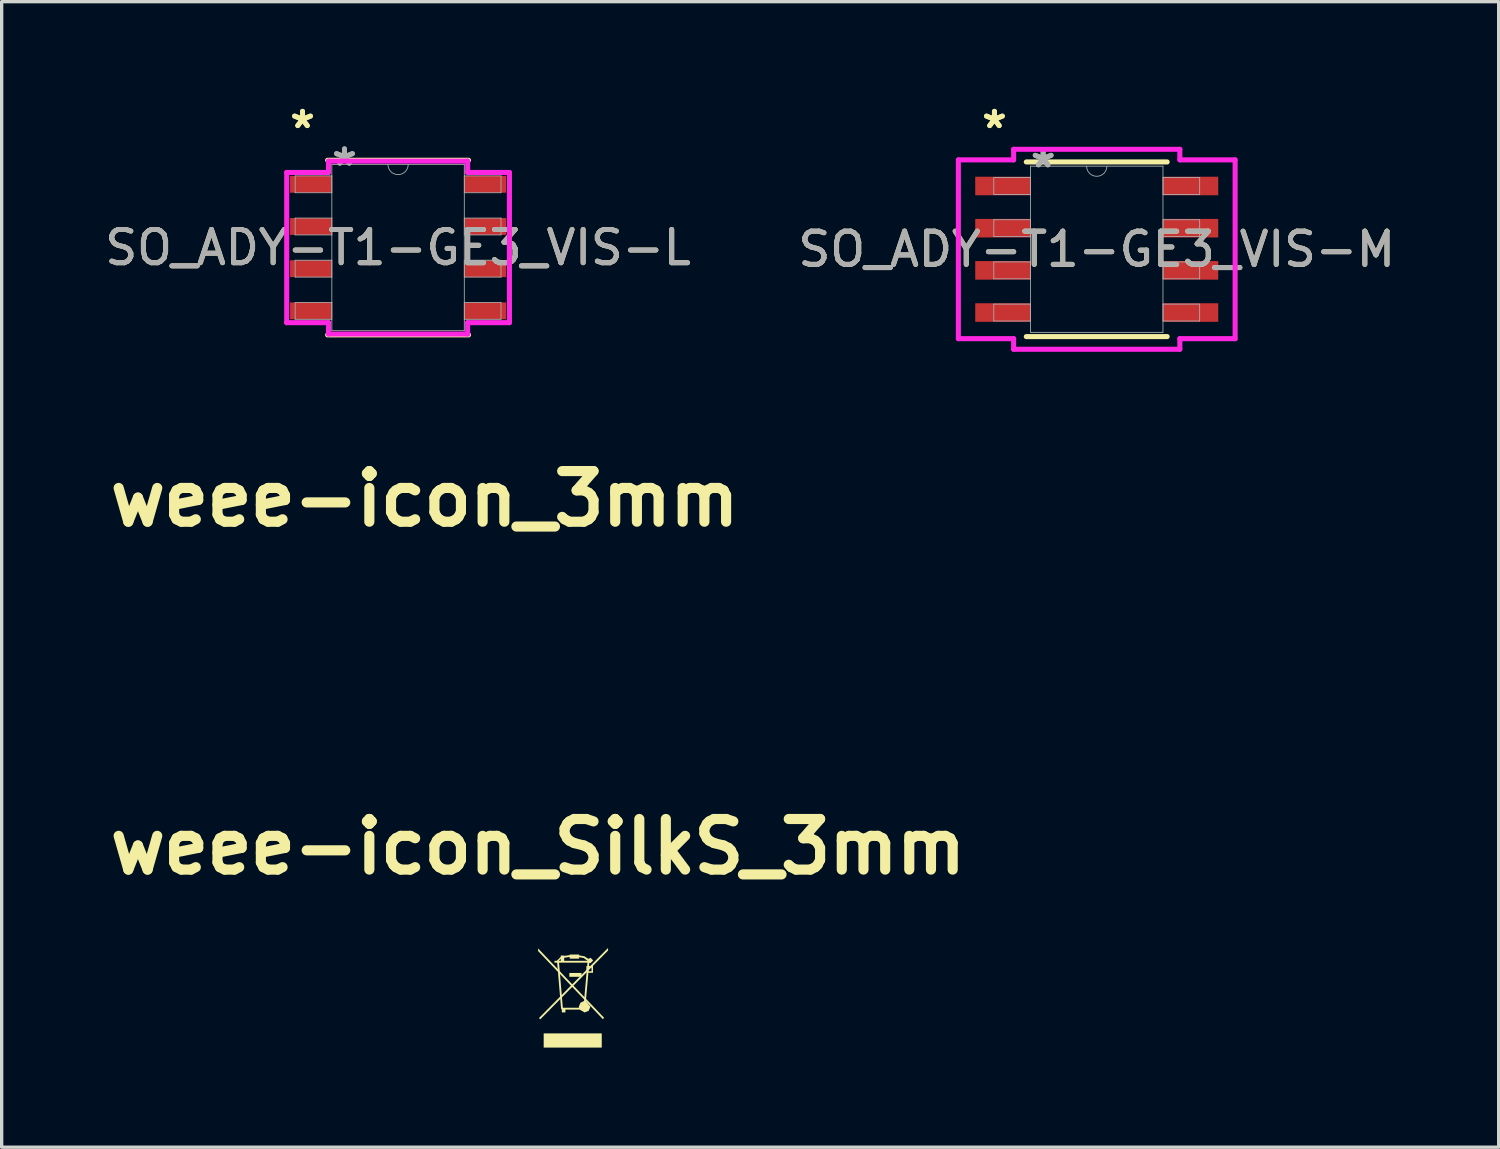
<source format=kicad_pcb>
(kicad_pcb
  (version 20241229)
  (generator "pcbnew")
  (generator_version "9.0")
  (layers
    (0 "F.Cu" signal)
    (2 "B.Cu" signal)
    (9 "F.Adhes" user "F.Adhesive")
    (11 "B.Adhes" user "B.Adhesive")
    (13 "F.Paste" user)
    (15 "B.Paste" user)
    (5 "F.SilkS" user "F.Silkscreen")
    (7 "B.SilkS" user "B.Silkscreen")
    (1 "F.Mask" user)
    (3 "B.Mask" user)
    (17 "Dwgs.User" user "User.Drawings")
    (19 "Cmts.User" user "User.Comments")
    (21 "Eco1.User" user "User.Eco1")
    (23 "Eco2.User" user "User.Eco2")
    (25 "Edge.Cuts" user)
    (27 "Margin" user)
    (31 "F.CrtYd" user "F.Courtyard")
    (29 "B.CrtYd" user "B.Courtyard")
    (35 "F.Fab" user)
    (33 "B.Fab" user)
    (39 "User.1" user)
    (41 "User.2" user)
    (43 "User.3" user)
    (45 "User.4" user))
  (footprint "weee-icon_SilkS_3mm"
    (layer "F.Cu")
    (at 13.15 25.49)
    (property "Reference" "weee-icon_SilkS_3mm" (at 0 -3.048 0) (layer "F.SilkS") (effects (font (size 1.524 1.524) (thickness 0.305))))
    (attr exclude_from_pos_files exclude_from_bom)
    (fp_poly (pts (xy 0.169 2.573) (xy 1.917 2.573) (xy 1.917 3) (xy 0.169 3) (xy 0.169 2.573)) (stroke (width 0) (type solid)) (fill yes) (layer "F.SilkS"))
    (fp_poly (pts (xy 0.941 0.753) (xy 1.309 0.753) (xy 1.309 0.869) (xy 0.941 0.869) (xy 0.941 0.753)) (stroke (width 0) (type solid)) (fill yes) (layer "F.SilkS"))
    (fp_poly (pts (xy 1.402 1.71) (xy 1.461 1.769) (xy 1.402 1.829) (xy 1.342 1.769) (xy 1.402 1.71)) (stroke (width 0) (type solid)) (fill yes) (layer "F.SilkS"))
    (fp_poly (pts (xy 2.107 0) (xy 1.028 1.095) (xy 0 0.014) (xy 0 0.094) (xy 0.99 1.134) (xy 0.026 2.112) (xy 0.066 2.15) (xy 1.028 1.174) (xy 1.95 2.143) (xy 1.989 2.105) (xy 1.066 1.135) (xy 2.107 0.078) (xy 2.107 0)) (stroke (width 0) (type solid)) (fill yes) (layer "F.SilkS"))
    (fp_poly (pts (xy 0.824 1.856) (xy 0.824 1.941) (xy 0.745 1.941) (xy 0.745 1.801) (xy 1.231 1.801) (xy 1.228 1.769) (xy 1.273 1.653) (xy 1.384 1.596) (xy 1.46 0.748) (xy 1.454 0.748) (xy 1.454 0.545) (xy 1.478 0.545) (xy 1.487 0.443) (xy 0.786 0.443) (xy 0.786 0.388) (xy 1.49 0.388) (xy 1.375 0.303) (xy 1.236 0.279) (xy 1.236 0.324) (xy 1.191 0.324) (xy 1.191 0.279) (xy 0.996 0.279) (xy 0.996 0.244) (xy 1.191 0.244) (xy 1.191 0.279) (xy 1.191 0.324) (xy 0.951 0.324) (xy 0.951 0.272) (xy 0.786 0.296) (xy 0.786 0.388) (xy 0.786 0.443) (xy 0.683 0.443) (xy 0.683 0.388) (xy 0.683 0.329) (xy 0.62 0.388) (xy 0.683 0.388) (xy 0.683 0.443) (xy 0.631 0.443) (xy 0.745 1.801) (xy 0.745 1.941) (xy 0.715 1.941) (xy 0.715 1.855) (xy 0.693 1.83) (xy 0.575 0.443) (xy 0.493 0.443) (xy 0.493 0.388) (xy 0.563 0.388) (xy 0.683 0.269) (xy 0.683 0.229) (xy 0.786 0.229) (xy 0.786 0.239) (xy 0.951 0.217) (xy 0.951 0.199) (xy 1.236 0.199) (xy 1.236 0.224) (xy 1.394 0.251) (xy 1.514 0.329) (xy 1.579 0.296) (xy 1.659 0.376) (xy 1.579 0.457) (xy 1.542 0.448) (xy 1.533 0.545) (xy 1.654 0.545) (xy 1.654 0.748) (xy 1.519 0.748) (xy 1.519 0.703) (xy 1.609 0.703) (xy 1.609 0.591) (xy 1.529 0.591) (xy 1.519 0.703) (xy 1.519 0.748) (xy 1.515 0.748) (xy 1.439 1.6) (xy 1.576 1.769) (xy 1.525 1.892) (xy 1.402 1.943) (xy 1.402 1.862) (xy 1.309 1.769) (xy 1.402 1.677) (xy 1.494 1.769) (xy 1.402 1.862) (xy 1.402 1.943) (xy 1.251 1.856) (xy 0.824 1.856)) (stroke (width 0) (type solid)) (fill yes) (layer "F.SilkS")))
  (footprint "weee-icon_3mm"
    (layer "F.Cu")
    (at 9.739 15.016)
    (property "Reference" "weee-icon_3mm" (at 0 -3.048 0) (layer "F.SilkS") (effects (font (size 1.524 1.524) (thickness 0.305))))
    (attr exclude_from_pos_files exclude_from_bom)
    (fp_poly (pts (xy 0.169 2.573) (xy 1.917 2.573) (xy 1.917 3) (xy 0.169 3) (xy 0.169 2.573)) (stroke (width 0) (type solid)) (fill yes) (layer "F.Mask"))
    (fp_poly (pts (xy 0.941 0.753) (xy 1.309 0.753) (xy 1.309 0.869) (xy 0.941 0.869) (xy 0.941 0.753)) (stroke (width 0) (type solid)) (fill yes) (layer "F.Mask"))
    (fp_poly (pts (xy 1.402 1.71) (xy 1.461 1.769) (xy 1.402 1.829) (xy 1.342 1.769) (xy 1.402 1.71)) (stroke (width 0) (type solid)) (fill yes) (layer "F.Mask"))
    (fp_poly (pts (xy 2.107 0) (xy 1.028 1.095) (xy 0 0.014) (xy 0 0.094) (xy 0.99 1.134) (xy 0.026 2.112) (xy 0.066 2.15) (xy 1.028 1.174) (xy 1.95 2.143) (xy 1.989 2.105) (xy 1.066 1.135) (xy 2.107 0.078) (xy 2.107 0)) (stroke (width 0) (type solid)) (fill yes) (layer "F.Mask"))
    (fp_poly (pts (xy 0.824 1.856) (xy 0.824 1.941) (xy 0.745 1.941) (xy 0.745 1.801) (xy 1.231 1.801) (xy 1.228 1.769) (xy 1.273 1.653) (xy 1.384 1.596) (xy 1.46 0.748) (xy 1.454 0.748) (xy 1.454 0.545) (xy 1.478 0.545) (xy 1.487 0.443) (xy 0.786 0.443) (xy 0.786 0.388) (xy 1.49 0.388) (xy 1.375 0.303) (xy 1.236 0.279) (xy 1.236 0.324) (xy 1.191 0.324) (xy 1.191 0.279) (xy 0.996 0.279) (xy 0.996 0.244) (xy 1.191 0.244) (xy 1.191 0.279) (xy 1.191 0.324) (xy 0.951 0.324) (xy 0.951 0.272) (xy 0.786 0.296) (xy 0.786 0.388) (xy 0.786 0.443) (xy 0.683 0.443) (xy 0.683 0.388) (xy 0.683 0.329) (xy 0.62 0.388) (xy 0.683 0.388) (xy 0.683 0.443) (xy 0.631 0.443) (xy 0.745 1.801) (xy 0.745 1.941) (xy 0.715 1.941) (xy 0.715 1.855) (xy 0.693 1.83) (xy 0.575 0.443) (xy 0.493 0.443) (xy 0.493 0.388) (xy 0.563 0.388) (xy 0.683 0.269) (xy 0.683 0.229) (xy 0.786 0.229) (xy 0.786 0.239) (xy 0.951 0.217) (xy 0.951 0.199) (xy 1.236 0.199) (xy 1.236 0.224) (xy 1.394 0.251) (xy 1.514 0.329) (xy 1.579 0.296) (xy 1.659 0.376) (xy 1.579 0.457) (xy 1.542 0.448) (xy 1.533 0.545) (xy 1.654 0.545) (xy 1.654 0.748) (xy 1.519 0.748) (xy 1.519 0.703) (xy 1.609 0.703) (xy 1.609 0.591) (xy 1.529 0.591) (xy 1.519 0.703) (xy 1.519 0.748) (xy 1.515 0.748) (xy 1.439 1.6) (xy 1.576 1.769) (xy 1.525 1.892) (xy 1.402 1.943) (xy 1.402 1.862) (xy 1.309 1.769) (xy 1.402 1.677) (xy 1.494 1.769) (xy 1.402 1.862) (xy 1.402 1.943) (xy 1.251 1.856) (xy 0.824 1.856)) (stroke (width 0) (type solid)) (fill yes) (layer "F.Mask")))
  (footprint "SO_ADY-T1-GE3_VIS-M"
    (layer "F.Cu")
    (at 29.97 4.455)
    (property "Reference" "SO_ADY-T1-GE3_VIS-M" (at 0 0 0) (unlocked yes) (layer "F.SilkS") (effects (font (size 1 1) (thickness 0.15))))
    (attr smd)
    (fp_line (start -2.121 2.629) (end 2.121 2.629) (stroke (width 0.152) (type solid)) (layer "F.SilkS"))
    (fp_line (start 2.121 -2.629) (end -2.121 -2.629) (stroke (width 0.152) (type solid)) (layer "F.SilkS"))
    (fp_line (start -4.166 -2.692) (end -2.502 -2.692) (stroke (width 0.152) (type solid)) (layer "F.CrtYd"))
    (fp_line (start -4.166 2.692) (end -4.166 -2.692) (stroke (width 0.152) (type solid)) (layer "F.CrtYd"))
    (fp_line (start -4.166 2.692) (end -2.502 2.692) (stroke (width 0.152) (type solid)) (layer "F.CrtYd"))
    (fp_line (start -2.502 -3.01) (end 2.502 -3.01) (stroke (width 0.152) (type solid)) (layer "F.CrtYd"))
    (fp_line (start -2.502 -2.692) (end -2.502 -3.01) (stroke (width 0.152) (type solid)) (layer "F.CrtYd"))
    (fp_line (start -2.502 3.01) (end -2.502 2.692) (stroke (width 0.152) (type solid)) (layer "F.CrtYd"))
    (fp_line (start 2.502 -3.01) (end 2.502 -2.692) (stroke (width 0.152) (type solid)) (layer "F.CrtYd"))
    (fp_line (start 2.502 2.692) (end 2.502 3.01) (stroke (width 0.152) (type solid)) (layer "F.CrtYd"))
    (fp_line (start 2.502 3.01) (end -2.502 3.01) (stroke (width 0.152) (type solid)) (layer "F.CrtYd"))
    (fp_line (start 4.166 -2.692) (end 2.502 -2.692) (stroke (width 0.152) (type solid)) (layer "F.CrtYd"))
    (fp_line (start 4.166 -2.692) (end 4.166 2.692) (stroke (width 0.152) (type solid)) (layer "F.CrtYd"))
    (fp_line (start 4.166 2.692) (end 2.502 2.692) (stroke (width 0.152) (type solid)) (layer "F.CrtYd"))
    (fp_line (start -3.099 -2.159) (end -3.099 -1.651) (stroke (width 0.025) (type solid)) (layer "F.Fab"))
    (fp_line (start -3.099 -1.651) (end -1.994 -1.651) (stroke (width 0.025) (type solid)) (layer "F.Fab"))
    (fp_line (start -3.099 -0.889) (end -3.099 -0.381) (stroke (width 0.025) (type solid)) (layer "F.Fab"))
    (fp_line (start -3.099 -0.381) (end -1.994 -0.381) (stroke (width 0.025) (type solid)) (layer "F.Fab"))
    (fp_line (start -3.099 0.381) (end -3.099 0.889) (stroke (width 0.025) (type solid)) (layer "F.Fab"))
    (fp_line (start -3.099 0.889) (end -1.994 0.889) (stroke (width 0.025) (type solid)) (layer "F.Fab"))
    (fp_line (start -3.099 1.651) (end -3.099 2.159) (stroke (width 0.025) (type solid)) (layer "F.Fab"))
    (fp_line (start -3.099 2.159) (end -1.994 2.159) (stroke (width 0.025) (type solid)) (layer "F.Fab"))
    (fp_line (start -1.994 -2.502) (end -1.994 2.502) (stroke (width 0.025) (type solid)) (layer "F.Fab"))
    (fp_line (start -1.994 -2.159) (end -3.099 -2.159) (stroke (width 0.025) (type solid)) (layer "F.Fab"))
    (fp_line (start -1.994 -1.651) (end -1.994 -2.159) (stroke (width 0.025) (type solid)) (layer "F.Fab"))
    (fp_line (start -1.994 -0.889) (end -3.099 -0.889) (stroke (width 0.025) (type solid)) (layer "F.Fab"))
    (fp_line (start -1.994 -0.381) (end -1.994 -0.889) (stroke (width 0.025) (type solid)) (layer "F.Fab"))
    (fp_line (start -1.994 0.381) (end -3.099 0.381) (stroke (width 0.025) (type solid)) (layer "F.Fab"))
    (fp_line (start -1.994 0.889) (end -1.994 0.381) (stroke (width 0.025) (type solid)) (layer "F.Fab"))
    (fp_line (start -1.994 1.651) (end -3.099 1.651) (stroke (width 0.025) (type solid)) (layer "F.Fab"))
    (fp_line (start -1.994 2.159) (end -1.994 1.651) (stroke (width 0.025) (type solid)) (layer "F.Fab"))
    (fp_line (start -1.994 2.502) (end 1.994 2.502) (stroke (width 0.025) (type solid)) (layer "F.Fab"))
    (fp_line (start 1.994 -2.502) (end -1.994 -2.502) (stroke (width 0.025) (type solid)) (layer "F.Fab"))
    (fp_line (start 1.994 -2.159) (end 1.994 -1.651) (stroke (width 0.025) (type solid)) (layer "F.Fab"))
    (fp_line (start 1.994 -1.651) (end 3.099 -1.651) (stroke (width 0.025) (type solid)) (layer "F.Fab"))
    (fp_line (start 1.994 -0.889) (end 1.994 -0.381) (stroke (width 0.025) (type solid)) (layer "F.Fab"))
    (fp_line (start 1.994 -0.381) (end 3.099 -0.381) (stroke (width 0.025) (type solid)) (layer "F.Fab"))
    (fp_line (start 1.994 0.381) (end 1.994 0.889) (stroke (width 0.025) (type solid)) (layer "F.Fab"))
    (fp_line (start 1.994 0.889) (end 3.099 0.889) (stroke (width 0.025) (type solid)) (layer "F.Fab"))
    (fp_line (start 1.994 1.651) (end 1.994 2.159) (stroke (width 0.025) (type solid)) (layer "F.Fab"))
    (fp_line (start 1.994 2.159) (end 3.099 2.159) (stroke (width 0.025) (type solid)) (layer "F.Fab"))
    (fp_line (start 1.994 2.502) (end 1.994 -2.502) (stroke (width 0.025) (type solid)) (layer "F.Fab"))
    (fp_line (start 3.099 -2.159) (end 1.994 -2.159) (stroke (width 0.025) (type solid)) (layer "F.Fab"))
    (fp_line (start 3.099 -1.651) (end 3.099 -2.159) (stroke (width 0.025) (type solid)) (layer "F.Fab"))
    (fp_line (start 3.099 -0.889) (end 1.994 -0.889) (stroke (width 0.025) (type solid)) (layer "F.Fab"))
    (fp_line (start 3.099 -0.381) (end 3.099 -0.889) (stroke (width 0.025) (type solid)) (layer "F.Fab"))
    (fp_line (start 3.099 0.381) (end 1.994 0.381) (stroke (width 0.025) (type solid)) (layer "F.Fab"))
    (fp_line (start 3.099 0.889) (end 3.099 0.381) (stroke (width 0.025) (type solid)) (layer "F.Fab"))
    (fp_line (start 3.099 1.651) (end 1.994 1.651) (stroke (width 0.025) (type solid)) (layer "F.Fab"))
    (fp_line (start 3.099 2.159) (end 3.099 1.651) (stroke (width 0.025) (type solid)) (layer "F.Fab"))
    (fp_arc (start 0.3048 -2.5019) (mid 0 -2.1971) (end -0.3048 -2.5019) (stroke (width 0.0254) (type solid)) (layer "F.Fab"))
    (fp_text user "*" (at -3.08 -3.607 0) (unlocked yes) (layer "F.SilkS") (effects (font (size 1 1) (thickness 0.15))))
    (fp_text user "*" (at -3.08 -3.607 0) (layer "F.SilkS") (effects (font (size 1 1) (thickness 0.15))))
    (fp_text user "${REFERENCE}" (at 0 0 0) (unlocked yes) (layer "F.Fab") (effects (font (size 1 1) (thickness 0.15))))
    (fp_text user "*" (at -1.613 -2.426 0) (layer "F.Fab") (effects (font (size 1 1) (thickness 0.15))))
    (fp_text user "*" (at -1.613 -2.426 0) (unlocked yes) (layer "F.Fab") (effects (font (size 1 1) (thickness 0.15))))
    (pad "1" smd rect (at -2.826 -1.905) (size 1.664 0.559) (layers "F.Cu" "F.Mask" "F.Paste"))
    (pad "2" smd rect (at -2.826 -0.635) (size 1.664 0.559) (layers "F.Cu" "F.Mask" "F.Paste"))
    (pad "3" smd rect (at -2.826 0.635) (size 1.664 0.559) (layers "F.Cu" "F.Mask" "F.Paste"))
    (pad "4" smd rect (at -2.826 1.905) (size 1.664 0.559) (layers "F.Cu" "F.Mask" "F.Paste"))
    (pad "5" smd rect (at 2.826 1.905) (size 1.664 0.559) (layers "F.Cu" "F.Mask" "F.Paste"))
    (pad "6" smd rect (at 2.826 0.635) (size 1.664 0.559) (layers "F.Cu" "F.Mask" "F.Paste"))
    (pad "7" smd rect (at 2.826 -0.635) (size 1.664 0.559) (layers "F.Cu" "F.Mask" "F.Paste"))
    (pad "8" smd rect (at 2.826 -1.905) (size 1.664 0.559) (layers "F.Cu" "F.Mask" "F.Paste")))
  (footprint "SO_ADY-T1-GE3_VIS-L"
    (layer "F.Cu")
    (at 8.935 4.404)
    (property "Reference" "SO_ADY-T1-GE3_VIS-L" (at 0 0 0) (unlocked yes) (layer "F.SilkS") (effects (font (size 1 1) (thickness 0.15))))
    (attr smd)
    (fp_line (start -2.121 2.629) (end 2.121 2.629) (stroke (width 0.152) (type solid)) (layer "F.SilkS"))
    (fp_line (start 2.121 -2.629) (end -2.121 -2.629) (stroke (width 0.152) (type solid)) (layer "F.SilkS"))
    (fp_line (start -3.353 -2.261) (end -2.095 -2.261) (stroke (width 0.152) (type solid)) (layer "F.CrtYd"))
    (fp_line (start -3.353 2.261) (end -3.353 -2.261) (stroke (width 0.152) (type solid)) (layer "F.CrtYd"))
    (fp_line (start -3.353 2.261) (end -2.095 2.261) (stroke (width 0.152) (type solid)) (layer "F.CrtYd"))
    (fp_line (start -2.095 -2.603) (end 2.095 -2.603) (stroke (width 0.152) (type solid)) (layer "F.CrtYd"))
    (fp_line (start -2.095 -2.261) (end -2.095 -2.603) (stroke (width 0.152) (type solid)) (layer "F.CrtYd"))
    (fp_line (start -2.095 2.603) (end -2.095 2.261) (stroke (width 0.152) (type solid)) (layer "F.CrtYd"))
    (fp_line (start 2.095 -2.603) (end 2.095 -2.261) (stroke (width 0.152) (type solid)) (layer "F.CrtYd"))
    (fp_line (start 2.095 2.261) (end 2.095 2.603) (stroke (width 0.152) (type solid)) (layer "F.CrtYd"))
    (fp_line (start 2.095 2.603) (end -2.095 2.603) (stroke (width 0.152) (type solid)) (layer "F.CrtYd"))
    (fp_line (start 3.353 -2.261) (end 2.095 -2.261) (stroke (width 0.152) (type solid)) (layer "F.CrtYd"))
    (fp_line (start 3.353 -2.261) (end 3.353 2.261) (stroke (width 0.152) (type solid)) (layer "F.CrtYd"))
    (fp_line (start 3.353 2.261) (end 2.095 2.261) (stroke (width 0.152) (type solid)) (layer "F.CrtYd"))
    (fp_line (start -3.099 -2.159) (end -3.099 -1.651) (stroke (width 0.025) (type solid)) (layer "F.Fab"))
    (fp_line (start -3.099 -1.651) (end -1.994 -1.651) (stroke (width 0.025) (type solid)) (layer "F.Fab"))
    (fp_line (start -3.099 -0.889) (end -3.099 -0.381) (stroke (width 0.025) (type solid)) (layer "F.Fab"))
    (fp_line (start -3.099 -0.381) (end -1.994 -0.381) (stroke (width 0.025) (type solid)) (layer "F.Fab"))
    (fp_line (start -3.099 0.381) (end -3.099 0.889) (stroke (width 0.025) (type solid)) (layer "F.Fab"))
    (fp_line (start -3.099 0.889) (end -1.994 0.889) (stroke (width 0.025) (type solid)) (layer "F.Fab"))
    (fp_line (start -3.099 1.651) (end -3.099 2.159) (stroke (width 0.025) (type solid)) (layer "F.Fab"))
    (fp_line (start -3.099 2.159) (end -1.994 2.159) (stroke (width 0.025) (type solid)) (layer "F.Fab"))
    (fp_line (start -1.994 -2.502) (end -1.994 2.502) (stroke (width 0.025) (type solid)) (layer "F.Fab"))
    (fp_line (start -1.994 -2.159) (end -3.099 -2.159) (stroke (width 0.025) (type solid)) (layer "F.Fab"))
    (fp_line (start -1.994 -1.651) (end -1.994 -2.159) (stroke (width 0.025) (type solid)) (layer "F.Fab"))
    (fp_line (start -1.994 -0.889) (end -3.099 -0.889) (stroke (width 0.025) (type solid)) (layer "F.Fab"))
    (fp_line (start -1.994 -0.381) (end -1.994 -0.889) (stroke (width 0.025) (type solid)) (layer "F.Fab"))
    (fp_line (start -1.994 0.381) (end -3.099 0.381) (stroke (width 0.025) (type solid)) (layer "F.Fab"))
    (fp_line (start -1.994 0.889) (end -1.994 0.381) (stroke (width 0.025) (type solid)) (layer "F.Fab"))
    (fp_line (start -1.994 1.651) (end -3.099 1.651) (stroke (width 0.025) (type solid)) (layer "F.Fab"))
    (fp_line (start -1.994 2.159) (end -1.994 1.651) (stroke (width 0.025) (type solid)) (layer "F.Fab"))
    (fp_line (start -1.994 2.502) (end 1.994 2.502) (stroke (width 0.025) (type solid)) (layer "F.Fab"))
    (fp_line (start 1.994 -2.502) (end -1.994 -2.502) (stroke (width 0.025) (type solid)) (layer "F.Fab"))
    (fp_line (start 1.994 -2.159) (end 1.994 -1.651) (stroke (width 0.025) (type solid)) (layer "F.Fab"))
    (fp_line (start 1.994 -1.651) (end 3.099 -1.651) (stroke (width 0.025) (type solid)) (layer "F.Fab"))
    (fp_line (start 1.994 -0.889) (end 1.994 -0.381) (stroke (width 0.025) (type solid)) (layer "F.Fab"))
    (fp_line (start 1.994 -0.381) (end 3.099 -0.381) (stroke (width 0.025) (type solid)) (layer "F.Fab"))
    (fp_line (start 1.994 0.381) (end 1.994 0.889) (stroke (width 0.025) (type solid)) (layer "F.Fab"))
    (fp_line (start 1.994 0.889) (end 3.099 0.889) (stroke (width 0.025) (type solid)) (layer "F.Fab"))
    (fp_line (start 1.994 1.651) (end 1.994 2.159) (stroke (width 0.025) (type solid)) (layer "F.Fab"))
    (fp_line (start 1.994 2.159) (end 3.099 2.159) (stroke (width 0.025) (type solid)) (layer "F.Fab"))
    (fp_line (start 1.994 2.502) (end 1.994 -2.502) (stroke (width 0.025) (type solid)) (layer "F.Fab"))
    (fp_line (start 3.099 -2.159) (end 1.994 -2.159) (stroke (width 0.025) (type solid)) (layer "F.Fab"))
    (fp_line (start 3.099 -1.651) (end 3.099 -2.159) (stroke (width 0.025) (type solid)) (layer "F.Fab"))
    (fp_line (start 3.099 -0.889) (end 1.994 -0.889) (stroke (width 0.025) (type solid)) (layer "F.Fab"))
    (fp_line (start 3.099 -0.381) (end 3.099 -0.889) (stroke (width 0.025) (type solid)) (layer "F.Fab"))
    (fp_line (start 3.099 0.381) (end 1.994 0.381) (stroke (width 0.025) (type solid)) (layer "F.Fab"))
    (fp_line (start 3.099 0.889) (end 3.099 0.381) (stroke (width 0.025) (type solid)) (layer "F.Fab"))
    (fp_line (start 3.099 1.651) (end 1.994 1.651) (stroke (width 0.025) (type solid)) (layer "F.Fab"))
    (fp_line (start 3.099 2.159) (end 3.099 1.651) (stroke (width 0.025) (type solid)) (layer "F.Fab"))
    (fp_arc (start 0.3048 -2.5019) (mid 0 -2.1971) (end -0.3048 -2.5019) (stroke (width 0.0254) (type solid)) (layer "F.Fab"))
    (fp_text user "*" (at -2.877 -3.556 0) (unlocked yes) (layer "F.SilkS") (effects (font (size 1 1) (thickness 0.15))))
    (fp_text user "*" (at -2.877 -3.556 0) (layer "F.SilkS") (effects (font (size 1 1) (thickness 0.15))))
    (fp_text user "${REFERENCE}" (at 0 0 0) (unlocked yes) (layer "F.Fab") (effects (font (size 1 1) (thickness 0.15))))
    (fp_text user "*" (at -1.613 -2.426 0) (unlocked yes) (layer "F.Fab") (effects (font (size 1 1) (thickness 0.15))))
    (fp_text user "*" (at -1.613 -2.426 0) (layer "F.Fab") (effects (font (size 1 1) (thickness 0.15))))
    (pad "1" smd rect (at -2.623 -1.905) (size 1.257 0.508) (layers "F.Cu" "F.Mask" "F.Paste"))
    (pad "2" smd rect (at -2.623 -0.635) (size 1.257 0.508) (layers "F.Cu" "F.Mask" "F.Paste"))
    (pad "3" smd rect (at -2.623 0.635) (size 1.257 0.508) (layers "F.Cu" "F.Mask" "F.Paste"))
    (pad "4" smd rect (at -2.623 1.905) (size 1.257 0.508) (layers "F.Cu" "F.Mask" "F.Paste"))
    (pad "5" smd rect (at 2.623 1.905) (size 1.257 0.508) (layers "F.Cu" "F.Mask" "F.Paste"))
    (pad "6" smd rect (at 2.623 0.635) (size 1.257 0.508) (layers "F.Cu" "F.Mask" "F.Paste"))
    (pad "7" smd rect (at 2.623 -0.635) (size 1.257 0.508) (layers "F.Cu" "F.Mask" "F.Paste"))
    (pad "8" smd rect (at 2.623 -1.905) (size 1.257 0.508) (layers "F.Cu" "F.Mask" "F.Paste")))
  (gr_rect
    (start -3 -3)
    (end 42.071 31.49)
    (stroke (width 0.1) (type default))
    (fill no)
    (layer "Edge.Cuts")))
</source>
